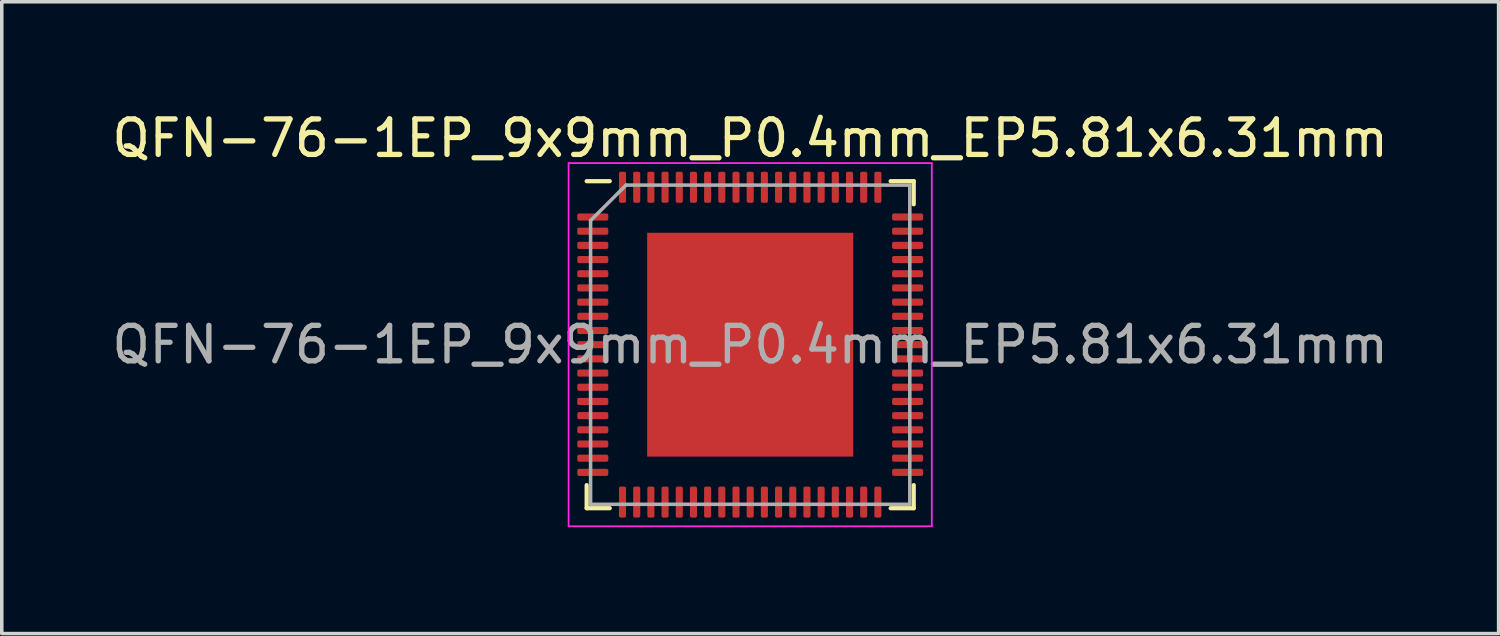
<source format=kicad_pcb>
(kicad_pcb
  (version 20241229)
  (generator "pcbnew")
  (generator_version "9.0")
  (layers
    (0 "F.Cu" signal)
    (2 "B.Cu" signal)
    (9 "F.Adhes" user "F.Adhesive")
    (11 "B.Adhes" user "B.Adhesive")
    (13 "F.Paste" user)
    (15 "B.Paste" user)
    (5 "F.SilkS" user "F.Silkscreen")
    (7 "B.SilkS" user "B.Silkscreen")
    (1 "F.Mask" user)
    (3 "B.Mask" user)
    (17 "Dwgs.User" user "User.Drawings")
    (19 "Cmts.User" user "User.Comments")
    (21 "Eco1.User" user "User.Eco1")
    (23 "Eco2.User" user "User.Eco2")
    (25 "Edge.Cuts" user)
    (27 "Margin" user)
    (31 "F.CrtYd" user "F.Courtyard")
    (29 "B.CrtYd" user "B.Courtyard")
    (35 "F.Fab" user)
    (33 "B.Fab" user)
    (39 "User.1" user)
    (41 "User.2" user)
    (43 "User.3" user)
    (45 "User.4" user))
  (footprint "QFN-76-1EP_9x9mm_P0.4mm_EP5.81x6.31mm"
    (layer "F.Cu")
    (at 18.101 6.668)
    (property "Reference" "QFN-76-1EP_9x9mm_P0.4mm_EP5.81x6.31mm" (at 0 -5.82 0) (layer "F.SilkS") (effects (font (size 1 1) (thickness 0.15))))
    (attr smd)
    (fp_line (start -4.61 4.61) (end -4.61 3.96) (stroke (width 0.12) (type solid)) (layer "F.SilkS"))
    (fp_line (start -3.96 -4.61) (end -4.61 -4.61) (stroke (width 0.12) (type solid)) (layer "F.SilkS"))
    (fp_line (start -3.96 4.61) (end -4.61 4.61) (stroke (width 0.12) (type solid)) (layer "F.SilkS"))
    (fp_line (start 3.96 -4.61) (end 4.61 -4.61) (stroke (width 0.12) (type solid)) (layer "F.SilkS"))
    (fp_line (start 3.96 4.61) (end 4.61 4.61) (stroke (width 0.12) (type solid)) (layer "F.SilkS"))
    (fp_line (start 4.61 -4.61) (end 4.61 -3.96) (stroke (width 0.12) (type solid)) (layer "F.SilkS"))
    (fp_line (start 4.61 4.61) (end 4.61 3.96) (stroke (width 0.12) (type solid)) (layer "F.SilkS"))
    (fp_line (start -5.12 -5.12) (end -5.12 5.12) (stroke (width 0.05) (type solid)) (layer "F.CrtYd"))
    (fp_line (start -5.12 5.12) (end 5.12 5.12) (stroke (width 0.05) (type solid)) (layer "F.CrtYd"))
    (fp_line (start 5.12 -5.12) (end -5.12 -5.12) (stroke (width 0.05) (type solid)) (layer "F.CrtYd"))
    (fp_line (start 5.12 5.12) (end 5.12 -5.12) (stroke (width 0.05) (type solid)) (layer "F.CrtYd"))
    (fp_line (start -4.5 -3.5) (end -3.5 -4.5) (stroke (width 0.1) (type solid)) (layer "F.Fab"))
    (fp_line (start -4.5 4.5) (end -4.5 -3.5) (stroke (width 0.1) (type solid)) (layer "F.Fab"))
    (fp_line (start -3.5 -4.5) (end 4.5 -4.5) (stroke (width 0.1) (type solid)) (layer "F.Fab"))
    (fp_line (start 4.5 -4.5) (end 4.5 4.5) (stroke (width 0.1) (type solid)) (layer "F.Fab"))
    (fp_line (start 4.5 4.5) (end -4.5 4.5) (stroke (width 0.1) (type solid)) (layer "F.Fab"))
    (fp_text user "${REFERENCE}" (at 0 0 0) (layer "F.Fab") (effects (font (size 1 1) (thickness 0.15))))
    (pad "" smd roundrect (at 0 0) (size 4.68 5.09) (layers "F.Paste") (roundrect_rratio 0.053))
    (pad "1" smd roundrect (at -4.438 -3.6) (size 0.875 0.2) (layers "F.Cu" "F.Mask" "F.Paste") (roundrect_rratio 0.25))
    (pad "2" smd roundrect (at -4.438 -3.2) (size 0.875 0.2) (layers "F.Cu" "F.Mask" "F.Paste") (roundrect_rratio 0.25))
    (pad "3" smd roundrect (at -4.438 -2.8) (size 0.875 0.2) (layers "F.Cu" "F.Mask" "F.Paste") (roundrect_rratio 0.25))
    (pad "4" smd roundrect (at -4.438 -2.4) (size 0.875 0.2) (layers "F.Cu" "F.Mask" "F.Paste") (roundrect_rratio 0.25))
    (pad "5" smd roundrect (at -4.438 -2) (size 0.875 0.2) (layers "F.Cu" "F.Mask" "F.Paste") (roundrect_rratio 0.25))
    (pad "6" smd roundrect (at -4.438 -1.6) (size 0.875 0.2) (layers "F.Cu" "F.Mask" "F.Paste") (roundrect_rratio 0.25))
    (pad "7" smd roundrect (at -4.438 -1.2) (size 0.875 0.2) (layers "F.Cu" "F.Mask" "F.Paste") (roundrect_rratio 0.25))
    (pad "8" smd roundrect (at -4.438 -0.8) (size 0.875 0.2) (layers "F.Cu" "F.Mask" "F.Paste") (roundrect_rratio 0.25))
    (pad "9" smd roundrect (at -4.438 -0.4) (size 0.875 0.2) (layers "F.Cu" "F.Mask" "F.Paste") (roundrect_rratio 0.25))
    (pad "10" smd roundrect (at -4.438 0) (size 0.875 0.2) (layers "F.Cu" "F.Mask" "F.Paste") (roundrect_rratio 0.25))
    (pad "11" smd roundrect (at -4.438 0.4) (size 0.875 0.2) (layers "F.Cu" "F.Mask" "F.Paste") (roundrect_rratio 0.25))
    (pad "12" smd roundrect (at -4.438 0.8) (size 0.875 0.2) (layers "F.Cu" "F.Mask" "F.Paste") (roundrect_rratio 0.25))
    (pad "13" smd roundrect (at -4.438 1.2) (size 0.875 0.2) (layers "F.Cu" "F.Mask" "F.Paste") (roundrect_rratio 0.25))
    (pad "14" smd roundrect (at -4.438 1.6) (size 0.875 0.2) (layers "F.Cu" "F.Mask" "F.Paste") (roundrect_rratio 0.25))
    (pad "15" smd roundrect (at -4.438 2) (size 0.875 0.2) (layers "F.Cu" "F.Mask" "F.Paste") (roundrect_rratio 0.25))
    (pad "16" smd roundrect (at -4.438 2.4) (size 0.875 0.2) (layers "F.Cu" "F.Mask" "F.Paste") (roundrect_rratio 0.25))
    (pad "17" smd roundrect (at -4.438 2.8) (size 0.875 0.2) (layers "F.Cu" "F.Mask" "F.Paste") (roundrect_rratio 0.25))
    (pad "18" smd roundrect (at -4.438 3.2) (size 0.875 0.2) (layers "F.Cu" "F.Mask" "F.Paste") (roundrect_rratio 0.25))
    (pad "19" smd roundrect (at -4.438 3.6) (size 0.875 0.2) (layers "F.Cu" "F.Mask" "F.Paste") (roundrect_rratio 0.25))
    (pad "20" smd roundrect (at -3.6 4.438) (size 0.2 0.875) (layers "F.Cu" "F.Mask" "F.Paste") (roundrect_rratio 0.25))
    (pad "21" smd roundrect (at -3.2 4.438) (size 0.2 0.875) (layers "F.Cu" "F.Mask" "F.Paste") (roundrect_rratio 0.25))
    (pad "22" smd roundrect (at -2.8 4.438) (size 0.2 0.875) (layers "F.Cu" "F.Mask" "F.Paste") (roundrect_rratio 0.25))
    (pad "23" smd roundrect (at -2.4 4.438) (size 0.2 0.875) (layers "F.Cu" "F.Mask" "F.Paste") (roundrect_rratio 0.25))
    (pad "24" smd roundrect (at -2 4.438) (size 0.2 0.875) (layers "F.Cu" "F.Mask" "F.Paste") (roundrect_rratio 0.25))
    (pad "25" smd roundrect (at -1.6 4.438) (size 0.2 0.875) (layers "F.Cu" "F.Mask" "F.Paste") (roundrect_rratio 0.25))
    (pad "26" smd roundrect (at -1.2 4.438) (size 0.2 0.875) (layers "F.Cu" "F.Mask" "F.Paste") (roundrect_rratio 0.25))
    (pad "27" smd roundrect (at -0.8 4.438) (size 0.2 0.875) (layers "F.Cu" "F.Mask" "F.Paste") (roundrect_rratio 0.25))
    (pad "28" smd roundrect (at -0.4 4.438) (size 0.2 0.875) (layers "F.Cu" "F.Mask" "F.Paste") (roundrect_rratio 0.25))
    (pad "29" smd roundrect (at 0 4.438) (size 0.2 0.875) (layers "F.Cu" "F.Mask" "F.Paste") (roundrect_rratio 0.25))
    (pad "30" smd roundrect (at 0.4 4.438) (size 0.2 0.875) (layers "F.Cu" "F.Mask" "F.Paste") (roundrect_rratio 0.25))
    (pad "31" smd roundrect (at 0.8 4.438) (size 0.2 0.875) (layers "F.Cu" "F.Mask" "F.Paste") (roundrect_rratio 0.25))
    (pad "32" smd roundrect (at 1.2 4.438) (size 0.2 0.875) (layers "F.Cu" "F.Mask" "F.Paste") (roundrect_rratio 0.25))
    (pad "33" smd roundrect (at 1.6 4.438) (size 0.2 0.875) (layers "F.Cu" "F.Mask" "F.Paste") (roundrect_rratio 0.25))
    (pad "34" smd roundrect (at 2 4.438) (size 0.2 0.875) (layers "F.Cu" "F.Mask" "F.Paste") (roundrect_rratio 0.25))
    (pad "35" smd roundrect (at 2.4 4.438) (size 0.2 0.875) (layers "F.Cu" "F.Mask" "F.Paste") (roundrect_rratio 0.25))
    (pad "36" smd roundrect (at 2.8 4.438) (size 0.2 0.875) (layers "F.Cu" "F.Mask" "F.Paste") (roundrect_rratio 0.25))
    (pad "37" smd roundrect (at 3.2 4.438) (size 0.2 0.875) (layers "F.Cu" "F.Mask" "F.Paste") (roundrect_rratio 0.25))
    (pad "38" smd roundrect (at 3.6 4.438) (size 0.2 0.875) (layers "F.Cu" "F.Mask" "F.Paste") (roundrect_rratio 0.25))
    (pad "39" smd roundrect (at 4.438 3.6) (size 0.875 0.2) (layers "F.Cu" "F.Mask" "F.Paste") (roundrect_rratio 0.25))
    (pad "40" smd roundrect (at 4.438 3.2) (size 0.875 0.2) (layers "F.Cu" "F.Mask" "F.Paste") (roundrect_rratio 0.25))
    (pad "41" smd roundrect (at 4.438 2.8) (size 0.875 0.2) (layers "F.Cu" "F.Mask" "F.Paste") (roundrect_rratio 0.25))
    (pad "42" smd roundrect (at 4.438 2.4) (size 0.875 0.2) (layers "F.Cu" "F.Mask" "F.Paste") (roundrect_rratio 0.25))
    (pad "43" smd roundrect (at 4.438 2) (size 0.875 0.2) (layers "F.Cu" "F.Mask" "F.Paste") (roundrect_rratio 0.25))
    (pad "44" smd roundrect (at 4.438 1.6) (size 0.875 0.2) (layers "F.Cu" "F.Mask" "F.Paste") (roundrect_rratio 0.25))
    (pad "45" smd roundrect (at 4.438 1.2) (size 0.875 0.2) (layers "F.Cu" "F.Mask" "F.Paste") (roundrect_rratio 0.25))
    (pad "46" smd roundrect (at 4.438 0.8) (size 0.875 0.2) (layers "F.Cu" "F.Mask" "F.Paste") (roundrect_rratio 0.25))
    (pad "47" smd roundrect (at 4.438 0.4) (size 0.875 0.2) (layers "F.Cu" "F.Mask" "F.Paste") (roundrect_rratio 0.25))
    (pad "48" smd roundrect (at 4.438 0) (size 0.875 0.2) (layers "F.Cu" "F.Mask" "F.Paste") (roundrect_rratio 0.25))
    (pad "49" smd roundrect (at 4.438 -0.4) (size 0.875 0.2) (layers "F.Cu" "F.Mask" "F.Paste") (roundrect_rratio 0.25))
    (pad "50" smd roundrect (at 4.438 -0.8) (size 0.875 0.2) (layers "F.Cu" "F.Mask" "F.Paste") (roundrect_rratio 0.25))
    (pad "51" smd roundrect (at 4.438 -1.2) (size 0.875 0.2) (layers "F.Cu" "F.Mask" "F.Paste") (roundrect_rratio 0.25))
    (pad "52" smd roundrect (at 4.438 -1.6) (size 0.875 0.2) (layers "F.Cu" "F.Mask" "F.Paste") (roundrect_rratio 0.25))
    (pad "53" smd roundrect (at 4.438 -2) (size 0.875 0.2) (layers "F.Cu" "F.Mask" "F.Paste") (roundrect_rratio 0.25))
    (pad "54" smd roundrect (at 4.438 -2.4) (size 0.875 0.2) (layers "F.Cu" "F.Mask" "F.Paste") (roundrect_rratio 0.25))
    (pad "55" smd roundrect (at 4.438 -2.8) (size 0.875 0.2) (layers "F.Cu" "F.Mask" "F.Paste") (roundrect_rratio 0.25))
    (pad "56" smd roundrect (at 4.438 -3.2) (size 0.875 0.2) (layers "F.Cu" "F.Mask" "F.Paste") (roundrect_rratio 0.25))
    (pad "57" smd roundrect (at 4.438 -3.6) (size 0.875 0.2) (layers "F.Cu" "F.Mask" "F.Paste") (roundrect_rratio 0.25))
    (pad "58" smd roundrect (at 3.6 -4.438) (size 0.2 0.875) (layers "F.Cu" "F.Mask" "F.Paste") (roundrect_rratio 0.25))
    (pad "59" smd roundrect (at 3.2 -4.438) (size 0.2 0.875) (layers "F.Cu" "F.Mask" "F.Paste") (roundrect_rratio 0.25))
    (pad "60" smd roundrect (at 2.8 -4.438) (size 0.2 0.875) (layers "F.Cu" "F.Mask" "F.Paste") (roundrect_rratio 0.25))
    (pad "61" smd roundrect (at 2.4 -4.438) (size 0.2 0.875) (layers "F.Cu" "F.Mask" "F.Paste") (roundrect_rratio 0.25))
    (pad "62" smd roundrect (at 2 -4.438) (size 0.2 0.875) (layers "F.Cu" "F.Mask" "F.Paste") (roundrect_rratio 0.25))
    (pad "63" smd roundrect (at 1.6 -4.438) (size 0.2 0.875) (layers "F.Cu" "F.Mask" "F.Paste") (roundrect_rratio 0.25))
    (pad "64" smd roundrect (at 1.2 -4.438) (size 0.2 0.875) (layers "F.Cu" "F.Mask" "F.Paste") (roundrect_rratio 0.25))
    (pad "65" smd roundrect (at 0.8 -4.438) (size 0.2 0.875) (layers "F.Cu" "F.Mask" "F.Paste") (roundrect_rratio 0.25))
    (pad "66" smd roundrect (at 0.4 -4.438) (size 0.2 0.875) (layers "F.Cu" "F.Mask" "F.Paste") (roundrect_rratio 0.25))
    (pad "67" smd roundrect (at 0 -4.438) (size 0.2 0.875) (layers "F.Cu" "F.Mask" "F.Paste") (roundrect_rratio 0.25))
    (pad "68" smd roundrect (at -0.4 -4.438) (size 0.2 0.875) (layers "F.Cu" "F.Mask" "F.Paste") (roundrect_rratio 0.25))
    (pad "69" smd roundrect (at -0.8 -4.438) (size 0.2 0.875) (layers "F.Cu" "F.Mask" "F.Paste") (roundrect_rratio 0.25))
    (pad "70" smd roundrect (at -1.2 -4.438) (size 0.2 0.875) (layers "F.Cu" "F.Mask" "F.Paste") (roundrect_rratio 0.25))
    (pad "71" smd roundrect (at -1.6 -4.438) (size 0.2 0.875) (layers "F.Cu" "F.Mask" "F.Paste") (roundrect_rratio 0.25))
    (pad "72" smd roundrect (at -2 -4.438) (size 0.2 0.875) (layers "F.Cu" "F.Mask" "F.Paste") (roundrect_rratio 0.25))
    (pad "73" smd roundrect (at -2.4 -4.438) (size 0.2 0.875) (layers "F.Cu" "F.Mask" "F.Paste") (roundrect_rratio 0.25))
    (pad "74" smd roundrect (at -2.8 -4.438) (size 0.2 0.875) (layers "F.Cu" "F.Mask" "F.Paste") (roundrect_rratio 0.25))
    (pad "75" smd roundrect (at -3.2 -4.438) (size 0.2 0.875) (layers "F.Cu" "F.Mask" "F.Paste") (roundrect_rratio 0.25))
    (pad "76" smd roundrect (at -3.6 -4.438) (size 0.2 0.875) (layers "F.Cu" "F.Mask" "F.Paste") (roundrect_rratio 0.25))
    (pad "77" smd rect (at 0 0) (size 5.81 6.31) (layers "F.Cu" "F.Mask")))
  (gr_rect
    (start -3 -3)
    (end 39.202 14.813)
    (stroke (width 0.1) (type default))
    (fill no)
    (layer "Edge.Cuts")))
</source>
